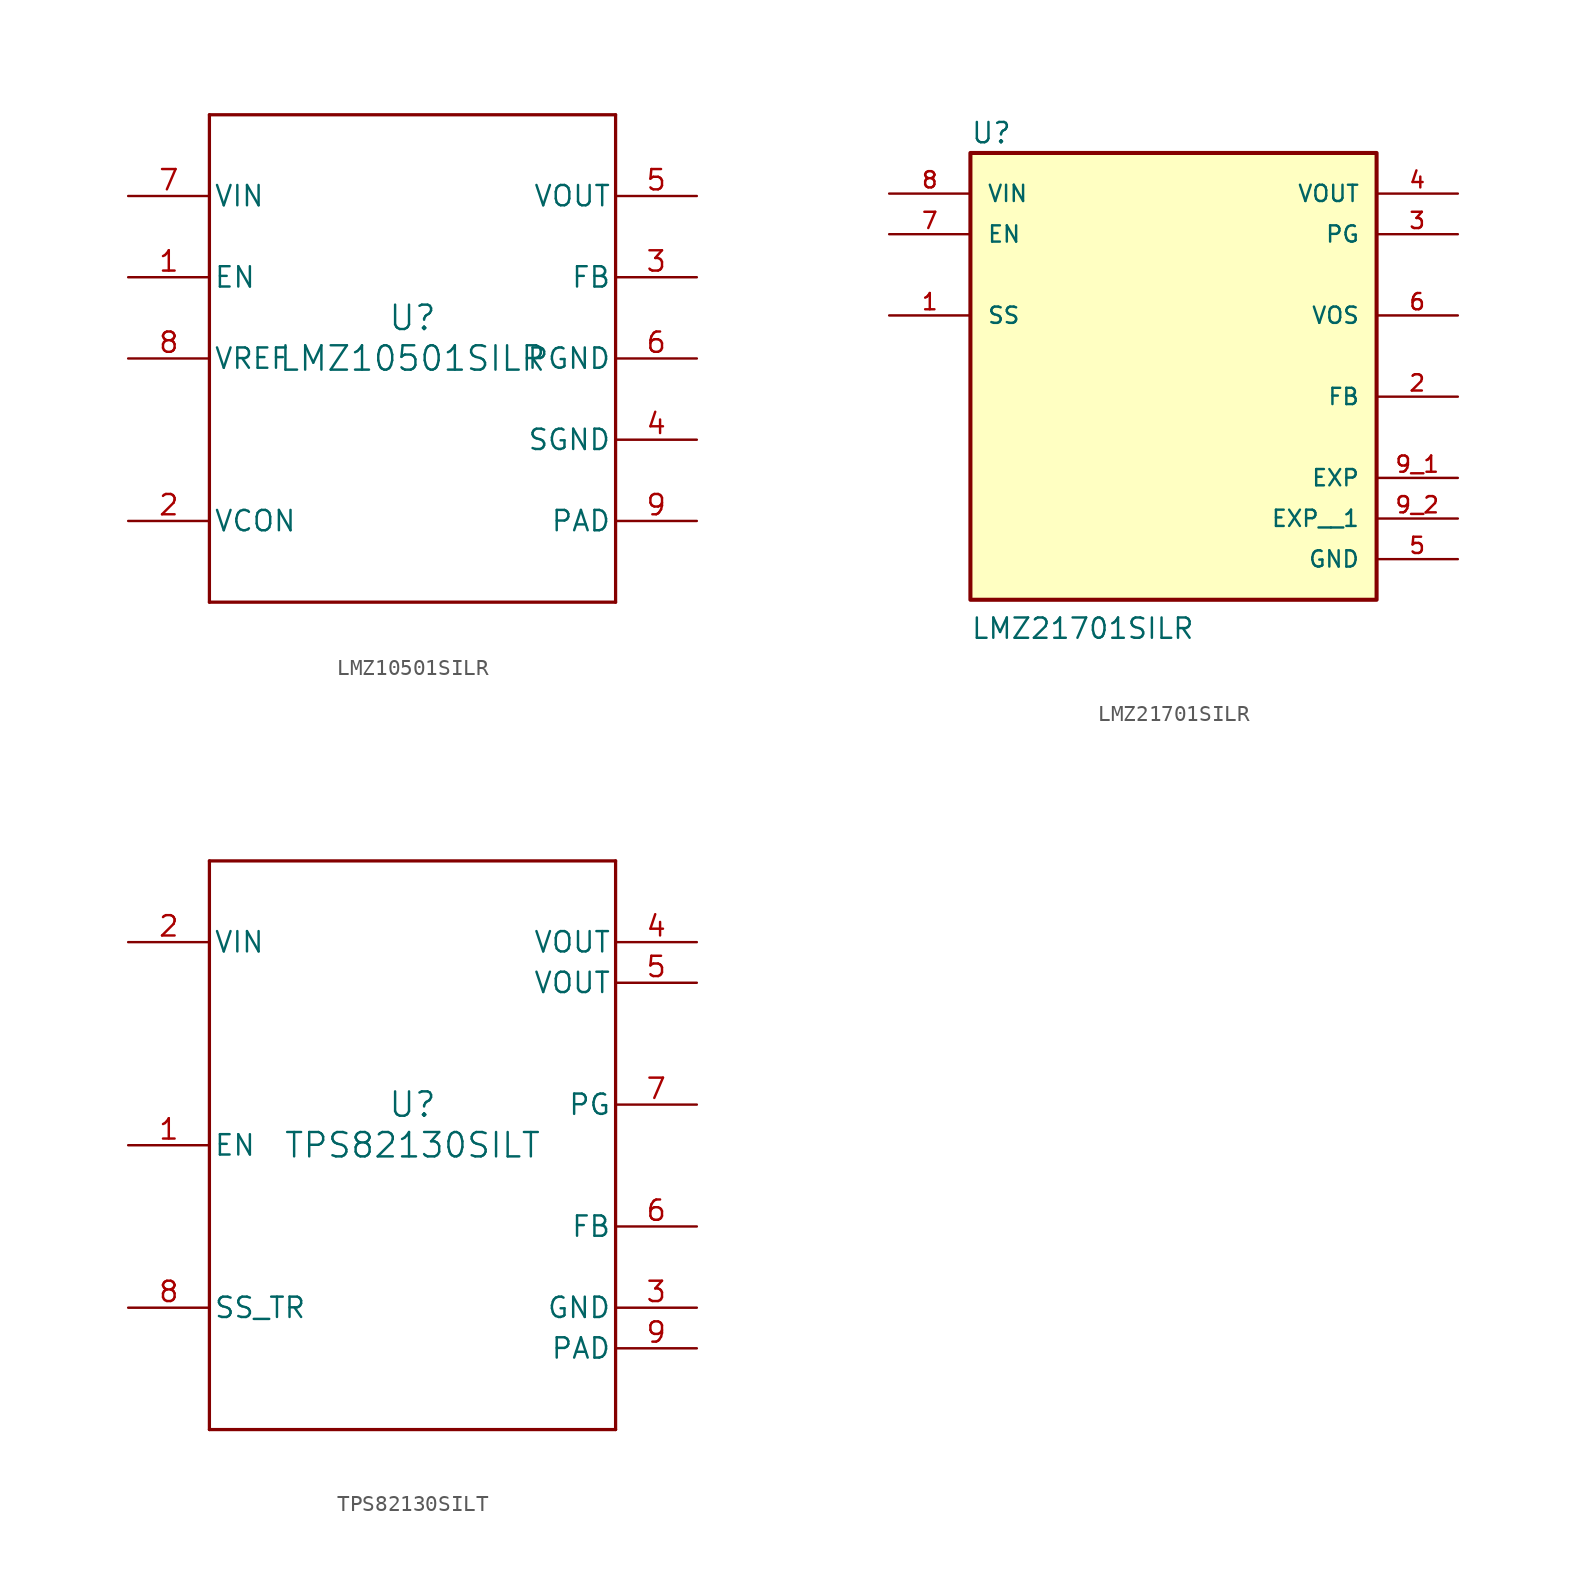
<source format=kicad_sym>
(kicad_symbol_lib
  (version 20241209)
  (generator "kicad_symbol_editor")
  (generator_version "9.0")
  (symbol "LMZ10501SILR"
    (pin_names
      (offset 0.254))
    (property "Reference" "U"
      (at 0 2.54 0)
      (effects (font (size 1.524 1.524))))
    (property "Value" "LMZ10501SILR"
      (at 0 0 0)
      (effects (font (size 1.524 1.524))))
    (symbol "LMZ10501SILR_0_1"
      (polyline (pts (xy -12.7 15.24) (xy -12.7 -15.24)) (stroke (width 0.203) (type default)) (fill (type none)))
      (polyline (pts (xy -12.7 -15.24) (xy 12.7 -15.24)) (stroke (width 0.203) (type default)) (fill (type none)))
      (polyline (pts (xy 12.7 15.24) (xy -12.7 15.24)) (stroke (width 0.203) (type default)) (fill (type none)))
      (polyline (pts (xy 12.7 -15.24) (xy 12.7 15.24)) (stroke (width 0.203) (type default)) (fill (type none)))
      (pin power_in line (at -17.78 10.16 0) (length 5.08) (name "VIN" (effects (font (size 1.27 1.27)))) (number "7" (effects (font (size 1.27 1.27)))))
      (pin input line (at -17.78 5.08 0) (length 5.08) (name "EN" (effects (font (size 1.27 1.27)))) (number "1" (effects (font (size 1.27 1.27)))))
      (pin output line (at -17.78 0 0) (length 5.08) (name "VREF" (effects (font (size 1.27 1.27)))) (number "8" (effects (font (size 1.27 1.27)))))
      (pin input line (at -17.78 -10.16 0) (length 5.08) (name "VCON" (effects (font (size 1.27 1.27)))) (number "2" (effects (font (size 1.27 1.27)))))
      (pin power_in line (at 17.78 10.16 180) (length 5.08) (name "VOUT" (effects (font (size 1.27 1.27)))) (number "5" (effects (font (size 1.27 1.27)))))
      (pin input line (at 17.78 5.08 180) (length 5.08) (name "FB" (effects (font (size 1.27 1.27)))) (number "3" (effects (font (size 1.27 1.27)))))
      (pin power_in line (at 17.78 0 180) (length 5.08) (name "PGND" (effects (font (size 1.27 1.27)))) (number "6" (effects (font (size 1.27 1.27)))))
      (pin power_in line (at 17.78 -5.08 180) (length 5.08) (name "SGND" (effects (font (size 1.27 1.27)))) (number "4" (effects (font (size 1.27 1.27)))))
      (pin power_in line (at 17.78 -10.16 180) (length 5.08) (name "PAD" (effects (font (size 1.27 1.27)))) (number "9" (effects (font (size 1.27 1.27)))))))
  (symbol "LMZ21701SILR"
    (pin_names
      (offset 1.016))
    (property "Reference" "U"
      (at -12.7 13.208 0)
      (effects (font (size 1.27 1.27)) (justify left bottom)))
    (property "Value" "LMZ21701SILR"
      (at -12.7 -17.78 0)
      (effects (font (size 1.27 1.27)) (justify left bottom)))
    (symbol "LMZ21701SILR_0_0"
      (rectangle (start -12.7 12.7) (end 12.7 -15.24) (stroke (width 0.254) (type default)) (fill (type background)))
      (pin input line (at -17.78 10.16 0) (length 5.08) (name "VIN" (effects (font (size 1.016 1.016)))) (number "8" (effects (font (size 1.016 1.016)))))
      (pin input line (at -17.78 7.62 0) (length 5.08) (name "EN" (effects (font (size 1.016 1.016)))) (number "7" (effects (font (size 1.016 1.016)))))
      (pin input line (at -17.78 2.54 0) (length 5.08) (name "SS" (effects (font (size 1.016 1.016)))) (number "1" (effects (font (size 1.016 1.016)))))
      (pin output line (at 17.78 10.16 180) (length 5.08) (name "VOUT" (effects (font (size 1.016 1.016)))) (number "4" (effects (font (size 1.016 1.016)))))
      (pin output line (at 17.78 7.62 180) (length 5.08) (name "PG" (effects (font (size 1.016 1.016)))) (number "3" (effects (font (size 1.016 1.016)))))
      (pin input line (at 17.78 2.54 180) (length 5.08) (name "VOS" (effects (font (size 1.016 1.016)))) (number "6" (effects (font (size 1.016 1.016)))))
      (pin input line (at 17.78 -2.54 180) (length 5.08) (name "FB" (effects (font (size 1.016 1.016)))) (number "2" (effects (font (size 1.016 1.016)))))
      (pin power_in line (at 17.78 -7.62 180) (length 5.08) (name "EXP" (effects (font (size 1.016 1.016)))) (number "9_1" (effects (font (size 1.016 1.016)))))
      (pin power_in line (at 17.78 -10.16 180) (length 5.08) (name "EXP__1" (effects (font (size 1.016 1.016)))) (number "9_2" (effects (font (size 1.016 1.016)))))
      (pin power_in line (at 17.78 -12.7 180) (length 5.08) (name "GND" (effects (font (size 1.016 1.016)))) (number "5" (effects (font (size 1.016 1.016)))))))
  (symbol "TPS82130SILT"
    (pin_names
      (offset 0.254))
    (property "Reference" "U"
      (at 0 2.54 0)
      (effects (font (size 1.524 1.524))))
    (property "Value" "TPS82130SILT"
      (at 0 0 0)
      (effects (font (size 1.524 1.524))))
    (symbol "TPS82130SILT_0_1"
      (polyline (pts (xy -12.7 17.78) (xy -12.7 -17.78)) (stroke (width 0.203) (type default)) (fill (type none)))
      (polyline (pts (xy -12.7 -17.78) (xy 12.7 -17.78)) (stroke (width 0.203) (type default)) (fill (type none)))
      (polyline (pts (xy 12.7 17.78) (xy -12.7 17.78)) (stroke (width 0.203) (type default)) (fill (type none)))
      (polyline (pts (xy 12.7 -17.78) (xy 12.7 17.78)) (stroke (width 0.203) (type default)) (fill (type none)))
      (pin power_in line (at -17.78 12.7 0) (length 5.08) (name "VIN" (effects (font (size 1.27 1.27)))) (number "2" (effects (font (size 1.27 1.27)))))
      (pin input line (at -17.78 0 0) (length 5.08) (name "EN" (effects (font (size 1.27 1.27)))) (number "1" (effects (font (size 1.27 1.27)))))
      (pin input line (at -17.78 -10.16 0) (length 5.08) (name "SS_TR" (effects (font (size 1.27 1.27)))) (number "8" (effects (font (size 1.27 1.27)))))
      (pin power_in line (at 17.78 12.7 180) (length 5.08) (name "VOUT" (effects (font (size 1.27 1.27)))) (number "4" (effects (font (size 1.27 1.27)))))
      (pin power_in line (at 17.78 10.16 180) (length 5.08) (name "VOUT" (effects (font (size 1.27 1.27)))) (number "5" (effects (font (size 1.27 1.27)))))
      (pin open_collector line (at 17.78 2.54 180) (length 5.08) (name "PG" (effects (font (size 1.27 1.27)))) (number "7" (effects (font (size 1.27 1.27)))))
      (pin input line (at 17.78 -5.08 180) (length 5.08) (name "FB" (effects (font (size 1.27 1.27)))) (number "6" (effects (font (size 1.27 1.27)))))
      (pin power_in line (at 17.78 -10.16 180) (length 5.08) (name "GND" (effects (font (size 1.27 1.27)))) (number "3" (effects (font (size 1.27 1.27)))))
      (pin power_in line (at 17.78 -12.7 180) (length 5.08) (name "PAD" (effects (font (size 1.27 1.27)))) (number "9" (effects (font (size 1.27 1.27))))))))
</source>
